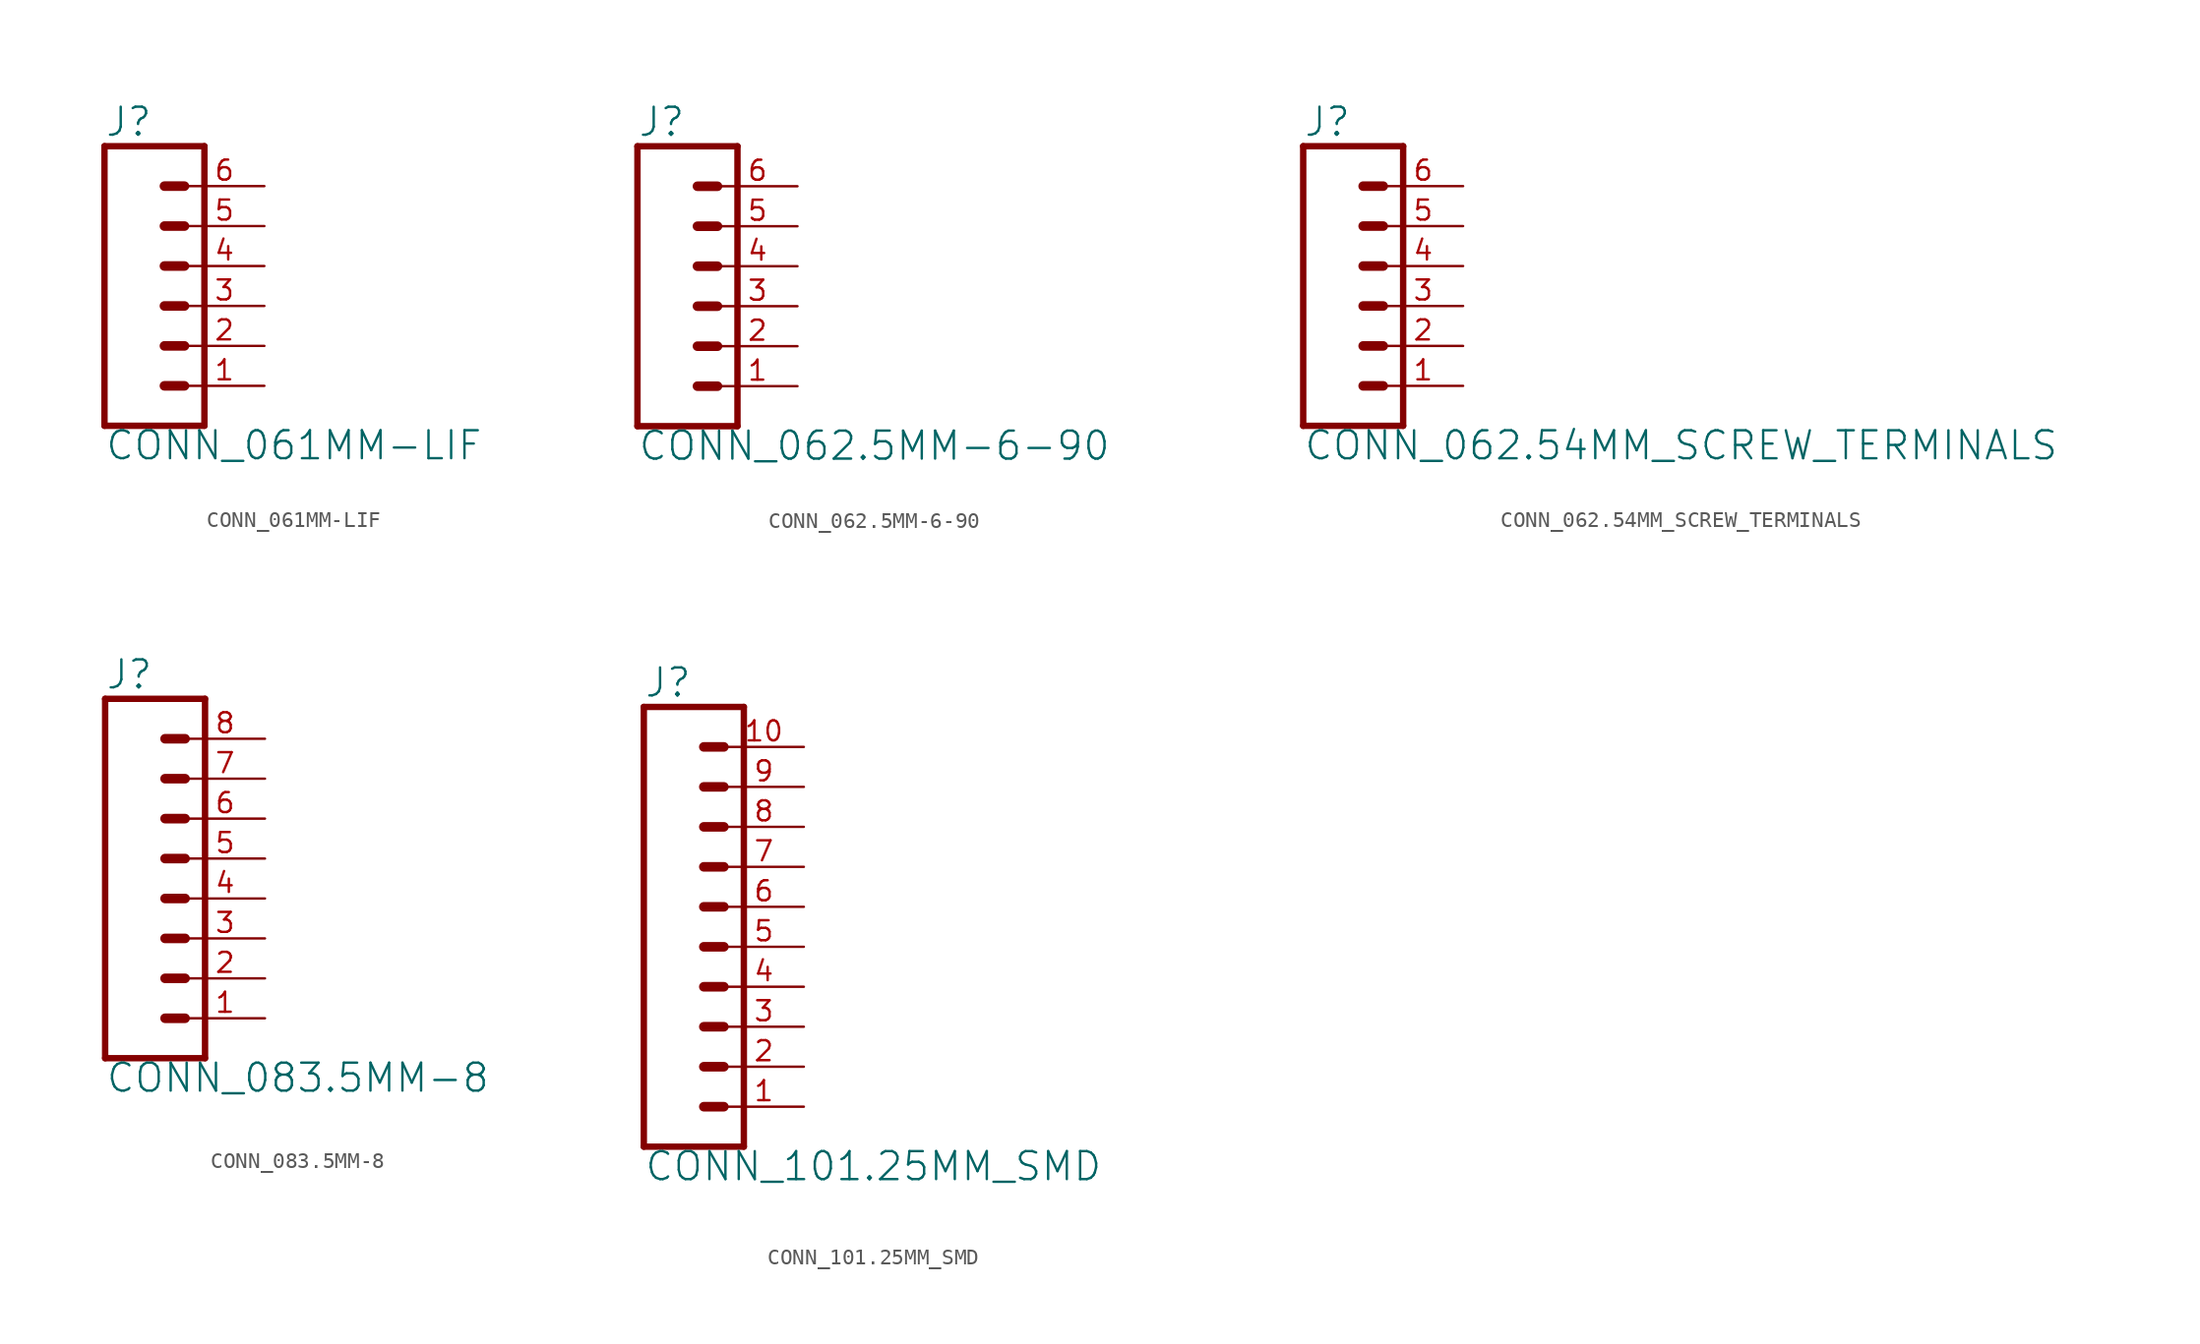
<source format=kicad_sym>
(kicad_symbol_lib
  (version 20211014)
  (generator kicad_symbol_editor)
  (symbol "CONN_061MM-LIF"
    (property "Reference" "J"
      (at -5.08 10.668 0)
      (effects (font (size 1.778 1.778)) (justify left bottom)))
    (property "Value" "CONN_061MM-LIF"
      (at -5.08 -9.906 0)
      (effects (font (size 1.778 1.778)) (justify left bottom)))
    (property "ki_locked" ""
      (at 0 0 0)
      (effects (font (size 1.27 1.27))))
    (symbol "CONN_061MM-LIF_1_0"
      (polyline (pts (xy -5.08 10.16) (xy -5.08 -7.62)) (stroke (width 0.406) (type default) (color 0 0 0 0)) (fill (type none)))
      (polyline (pts (xy -5.08 10.16) (xy 1.27 10.16)) (stroke (width 0.406) (type default) (color 0 0 0 0)) (fill (type none)))
      (polyline (pts (xy -1.27 -5.08) (xy 0 -5.08)) (stroke (width 0.61) (type default) (color 0 0 0 0)) (fill (type none)))
      (polyline (pts (xy -1.27 -2.54) (xy 0 -2.54)) (stroke (width 0.61) (type default) (color 0 0 0 0)) (fill (type none)))
      (polyline (pts (xy -1.27 0) (xy 0 0)) (stroke (width 0.61) (type default) (color 0 0 0 0)) (fill (type none)))
      (polyline (pts (xy -1.27 2.54) (xy 0 2.54)) (stroke (width 0.61) (type default) (color 0 0 0 0)) (fill (type none)))
      (polyline (pts (xy -1.27 5.08) (xy 0 5.08)) (stroke (width 0.61) (type default) (color 0 0 0 0)) (fill (type none)))
      (polyline (pts (xy -1.27 7.62) (xy 0 7.62)) (stroke (width 0.61) (type default) (color 0 0 0 0)) (fill (type none)))
      (polyline (pts (xy 1.27 -7.62) (xy -5.08 -7.62)) (stroke (width 0.406) (type default) (color 0 0 0 0)) (fill (type none)))
      (polyline (pts (xy 1.27 -7.62) (xy 1.27 10.16)) (stroke (width 0.406) (type default) (color 0 0 0 0)) (fill (type none)))
      (pin passive line (at 5.08 -5.08 180) (length 5.08) (name "1" (effects (font (size 0 0)))) (number "1" (effects (font (size 1.27 1.27)))))
      (pin passive line (at 5.08 -2.54 180) (length 5.08) (name "2" (effects (font (size 0 0)))) (number "2" (effects (font (size 1.27 1.27)))))
      (pin passive line (at 5.08 0 180) (length 5.08) (name "3" (effects (font (size 0 0)))) (number "3" (effects (font (size 1.27 1.27)))))
      (pin passive line (at 5.08 2.54 180) (length 5.08) (name "4" (effects (font (size 0 0)))) (number "4" (effects (font (size 1.27 1.27)))))
      (pin passive line (at 5.08 5.08 180) (length 5.08) (name "5" (effects (font (size 0 0)))) (number "5" (effects (font (size 1.27 1.27)))))
      (pin passive line (at 5.08 7.62 180) (length 5.08) (name "6" (effects (font (size 0 0)))) (number "6" (effects (font (size 1.27 1.27)))))))
  (symbol "CONN_062.5MM-6-90"
    (property "Reference" "J"
      (at -5.08 10.668 0)
      (effects (font (size 1.778 1.778)) (justify left bottom)))
    (property "Value" "CONN_062.5MM-6-90"
      (at -5.08 -9.906 0)
      (effects (font (size 1.778 1.778)) (justify left bottom)))
    (property "ki_locked" ""
      (at 0 0 0)
      (effects (font (size 1.27 1.27))))
    (symbol "CONN_062.5MM-6-90_1_0"
      (polyline (pts (xy -5.08 10.16) (xy -5.08 -7.62)) (stroke (width 0.406) (type default) (color 0 0 0 0)) (fill (type none)))
      (polyline (pts (xy -5.08 10.16) (xy 1.27 10.16)) (stroke (width 0.406) (type default) (color 0 0 0 0)) (fill (type none)))
      (polyline (pts (xy -1.27 -5.08) (xy 0 -5.08)) (stroke (width 0.61) (type default) (color 0 0 0 0)) (fill (type none)))
      (polyline (pts (xy -1.27 -2.54) (xy 0 -2.54)) (stroke (width 0.61) (type default) (color 0 0 0 0)) (fill (type none)))
      (polyline (pts (xy -1.27 0) (xy 0 0)) (stroke (width 0.61) (type default) (color 0 0 0 0)) (fill (type none)))
      (polyline (pts (xy -1.27 2.54) (xy 0 2.54)) (stroke (width 0.61) (type default) (color 0 0 0 0)) (fill (type none)))
      (polyline (pts (xy -1.27 5.08) (xy 0 5.08)) (stroke (width 0.61) (type default) (color 0 0 0 0)) (fill (type none)))
      (polyline (pts (xy -1.27 7.62) (xy 0 7.62)) (stroke (width 0.61) (type default) (color 0 0 0 0)) (fill (type none)))
      (polyline (pts (xy 1.27 -7.62) (xy -5.08 -7.62)) (stroke (width 0.406) (type default) (color 0 0 0 0)) (fill (type none)))
      (polyline (pts (xy 1.27 -7.62) (xy 1.27 10.16)) (stroke (width 0.406) (type default) (color 0 0 0 0)) (fill (type none)))
      (pin passive line (at 5.08 -5.08 180) (length 5.08) (name "1" (effects (font (size 0 0)))) (number "1" (effects (font (size 1.27 1.27)))))
      (pin passive line (at 5.08 -2.54 180) (length 5.08) (name "2" (effects (font (size 0 0)))) (number "2" (effects (font (size 1.27 1.27)))))
      (pin passive line (at 5.08 0 180) (length 5.08) (name "3" (effects (font (size 0 0)))) (number "3" (effects (font (size 1.27 1.27)))))
      (pin passive line (at 5.08 2.54 180) (length 5.08) (name "4" (effects (font (size 0 0)))) (number "4" (effects (font (size 1.27 1.27)))))
      (pin passive line (at 5.08 5.08 180) (length 5.08) (name "5" (effects (font (size 0 0)))) (number "5" (effects (font (size 1.27 1.27)))))
      (pin passive line (at 5.08 7.62 180) (length 5.08) (name "6" (effects (font (size 0 0)))) (number "6" (effects (font (size 1.27 1.27)))))))
  (symbol "CONN_062.54MM_SCREW_TERMINALS"
    (property "Reference" "J"
      (at -5.08 10.668 0)
      (effects (font (size 1.778 1.778)) (justify left bottom)))
    (property "Value" "CONN_062.54MM_SCREW_TERMINALS"
      (at -5.08 -9.906 0)
      (effects (font (size 1.778 1.778)) (justify left bottom)))
    (property "ki_locked" ""
      (at 0 0 0)
      (effects (font (size 1.27 1.27))))
    (symbol "CONN_062.54MM_SCREW_TERMINALS_1_0"
      (polyline (pts (xy -5.08 10.16) (xy -5.08 -7.62)) (stroke (width 0.406) (type default) (color 0 0 0 0)) (fill (type none)))
      (polyline (pts (xy -5.08 10.16) (xy 1.27 10.16)) (stroke (width 0.406) (type default) (color 0 0 0 0)) (fill (type none)))
      (polyline (pts (xy -1.27 -5.08) (xy 0 -5.08)) (stroke (width 0.61) (type default) (color 0 0 0 0)) (fill (type none)))
      (polyline (pts (xy -1.27 -2.54) (xy 0 -2.54)) (stroke (width 0.61) (type default) (color 0 0 0 0)) (fill (type none)))
      (polyline (pts (xy -1.27 0) (xy 0 0)) (stroke (width 0.61) (type default) (color 0 0 0 0)) (fill (type none)))
      (polyline (pts (xy -1.27 2.54) (xy 0 2.54)) (stroke (width 0.61) (type default) (color 0 0 0 0)) (fill (type none)))
      (polyline (pts (xy -1.27 5.08) (xy 0 5.08)) (stroke (width 0.61) (type default) (color 0 0 0 0)) (fill (type none)))
      (polyline (pts (xy -1.27 7.62) (xy 0 7.62)) (stroke (width 0.61) (type default) (color 0 0 0 0)) (fill (type none)))
      (polyline (pts (xy 1.27 -7.62) (xy -5.08 -7.62)) (stroke (width 0.406) (type default) (color 0 0 0 0)) (fill (type none)))
      (polyline (pts (xy 1.27 -7.62) (xy 1.27 10.16)) (stroke (width 0.406) (type default) (color 0 0 0 0)) (fill (type none)))
      (pin passive line (at 5.08 -5.08 180) (length 5.08) (name "1" (effects (font (size 0 0)))) (number "1" (effects (font (size 1.27 1.27)))))
      (pin passive line (at 5.08 -2.54 180) (length 5.08) (name "2" (effects (font (size 0 0)))) (number "2" (effects (font (size 1.27 1.27)))))
      (pin passive line (at 5.08 0 180) (length 5.08) (name "3" (effects (font (size 0 0)))) (number "3" (effects (font (size 1.27 1.27)))))
      (pin passive line (at 5.08 2.54 180) (length 5.08) (name "4" (effects (font (size 0 0)))) (number "4" (effects (font (size 1.27 1.27)))))
      (pin passive line (at 5.08 5.08 180) (length 5.08) (name "5" (effects (font (size 0 0)))) (number "5" (effects (font (size 1.27 1.27)))))
      (pin passive line (at 5.08 7.62 180) (length 5.08) (name "6" (effects (font (size 0 0)))) (number "6" (effects (font (size 1.27 1.27)))))))
  (symbol "CONN_083.5MM-8"
    (property "Reference" "J"
      (at -5.08 13.208 0)
      (effects (font (size 1.778 1.778)) (justify left bottom)))
    (property "Value" "CONN_083.5MM-8"
      (at -5.08 -12.446 0)
      (effects (font (size 1.778 1.778)) (justify left bottom)))
    (property "ki_locked" ""
      (at 0 0 0)
      (effects (font (size 1.27 1.27))))
    (symbol "CONN_083.5MM-8_1_0"
      (polyline (pts (xy -5.08 12.7) (xy -5.08 -10.16)) (stroke (width 0.406) (type default) (color 0 0 0 0)) (fill (type none)))
      (polyline (pts (xy -5.08 12.7) (xy 1.27 12.7)) (stroke (width 0.406) (type default) (color 0 0 0 0)) (fill (type none)))
      (polyline (pts (xy -1.27 -7.62) (xy 0 -7.62)) (stroke (width 0.61) (type default) (color 0 0 0 0)) (fill (type none)))
      (polyline (pts (xy -1.27 -5.08) (xy 0 -5.08)) (stroke (width 0.61) (type default) (color 0 0 0 0)) (fill (type none)))
      (polyline (pts (xy -1.27 -2.54) (xy 0 -2.54)) (stroke (width 0.61) (type default) (color 0 0 0 0)) (fill (type none)))
      (polyline (pts (xy -1.27 0) (xy 0 0)) (stroke (width 0.61) (type default) (color 0 0 0 0)) (fill (type none)))
      (polyline (pts (xy -1.27 2.54) (xy 0 2.54)) (stroke (width 0.61) (type default) (color 0 0 0 0)) (fill (type none)))
      (polyline (pts (xy -1.27 5.08) (xy 0 5.08)) (stroke (width 0.61) (type default) (color 0 0 0 0)) (fill (type none)))
      (polyline (pts (xy -1.27 7.62) (xy 0 7.62)) (stroke (width 0.61) (type default) (color 0 0 0 0)) (fill (type none)))
      (polyline (pts (xy -1.27 10.16) (xy 0 10.16)) (stroke (width 0.61) (type default) (color 0 0 0 0)) (fill (type none)))
      (polyline (pts (xy 1.27 -10.16) (xy -5.08 -10.16)) (stroke (width 0.406) (type default) (color 0 0 0 0)) (fill (type none)))
      (polyline (pts (xy 1.27 -10.16) (xy 1.27 12.7)) (stroke (width 0.406) (type default) (color 0 0 0 0)) (fill (type none)))
      (pin passive line (at 5.08 -7.62 180) (length 5.08) (name "1" (effects (font (size 0 0)))) (number "1" (effects (font (size 1.27 1.27)))))
      (pin passive line (at 5.08 -5.08 180) (length 5.08) (name "2" (effects (font (size 0 0)))) (number "2" (effects (font (size 1.27 1.27)))))
      (pin passive line (at 5.08 -2.54 180) (length 5.08) (name "3" (effects (font (size 0 0)))) (number "3" (effects (font (size 1.27 1.27)))))
      (pin passive line (at 5.08 0 180) (length 5.08) (name "4" (effects (font (size 0 0)))) (number "4" (effects (font (size 1.27 1.27)))))
      (pin passive line (at 5.08 2.54 180) (length 5.08) (name "5" (effects (font (size 0 0)))) (number "5" (effects (font (size 1.27 1.27)))))
      (pin passive line (at 5.08 5.08 180) (length 5.08) (name "6" (effects (font (size 0 0)))) (number "6" (effects (font (size 1.27 1.27)))))
      (pin passive line (at 5.08 7.62 180) (length 5.08) (name "7" (effects (font (size 0 0)))) (number "7" (effects (font (size 1.27 1.27)))))
      (pin passive line (at 5.08 10.16 180) (length 5.08) (name "8" (effects (font (size 0 0)))) (number "8" (effects (font (size 1.27 1.27)))))))
  (symbol "CONN_101.25MM_SMD"
    (property "Reference" "J"
      (at 0 8.128 0)
      (effects (font (size 1.778 1.778)) (justify left bottom)))
    (property "Value" "CONN_101.25MM_SMD"
      (at 0 -22.606 0)
      (effects (font (size 1.778 1.778)) (justify left bottom)))
    (property "ki_locked" ""
      (at 0 0 0)
      (effects (font (size 1.27 1.27))))
    (symbol "CONN_101.25MM_SMD_1_0"
      (polyline (pts (xy 0 7.62) (xy 0 -20.32)) (stroke (width 0.406) (type default) (color 0 0 0 0)) (fill (type none)))
      (polyline (pts (xy 0 7.62) (xy 6.35 7.62)) (stroke (width 0.406) (type default) (color 0 0 0 0)) (fill (type none)))
      (polyline (pts (xy 3.81 -17.78) (xy 5.08 -17.78)) (stroke (width 0.61) (type default) (color 0 0 0 0)) (fill (type none)))
      (polyline (pts (xy 3.81 -15.24) (xy 5.08 -15.24)) (stroke (width 0.61) (type default) (color 0 0 0 0)) (fill (type none)))
      (polyline (pts (xy 3.81 -12.7) (xy 5.08 -12.7)) (stroke (width 0.61) (type default) (color 0 0 0 0)) (fill (type none)))
      (polyline (pts (xy 3.81 -10.16) (xy 5.08 -10.16)) (stroke (width 0.61) (type default) (color 0 0 0 0)) (fill (type none)))
      (polyline (pts (xy 3.81 -7.62) (xy 5.08 -7.62)) (stroke (width 0.61) (type default) (color 0 0 0 0)) (fill (type none)))
      (polyline (pts (xy 3.81 -5.08) (xy 5.08 -5.08)) (stroke (width 0.61) (type default) (color 0 0 0 0)) (fill (type none)))
      (polyline (pts (xy 3.81 -2.54) (xy 5.08 -2.54)) (stroke (width 0.61) (type default) (color 0 0 0 0)) (fill (type none)))
      (polyline (pts (xy 3.81 0) (xy 5.08 0)) (stroke (width 0.61) (type default) (color 0 0 0 0)) (fill (type none)))
      (polyline (pts (xy 3.81 2.54) (xy 5.08 2.54)) (stroke (width 0.61) (type default) (color 0 0 0 0)) (fill (type none)))
      (polyline (pts (xy 3.81 5.08) (xy 5.08 5.08)) (stroke (width 0.61) (type default) (color 0 0 0 0)) (fill (type none)))
      (polyline (pts (xy 6.35 -20.32) (xy 0 -20.32)) (stroke (width 0.406) (type default) (color 0 0 0 0)) (fill (type none)))
      (polyline (pts (xy 6.35 -20.32) (xy 6.35 7.62)) (stroke (width 0.406) (type default) (color 0 0 0 0)) (fill (type none)))
      (pin passive line (at 10.16 -17.78 180) (length 5.08) (name "1" (effects (font (size 0 0)))) (number "1" (effects (font (size 1.27 1.27)))))
      (pin passive line (at 10.16 5.08 180) (length 5.08) (name "10" (effects (font (size 0 0)))) (number "10" (effects (font (size 1.27 1.27)))))
      (pin passive line (at 10.16 -15.24 180) (length 5.08) (name "2" (effects (font (size 0 0)))) (number "2" (effects (font (size 1.27 1.27)))))
      (pin passive line (at 10.16 -12.7 180) (length 5.08) (name "3" (effects (font (size 0 0)))) (number "3" (effects (font (size 1.27 1.27)))))
      (pin passive line (at 10.16 -10.16 180) (length 5.08) (name "4" (effects (font (size 0 0)))) (number "4" (effects (font (size 1.27 1.27)))))
      (pin passive line (at 10.16 -7.62 180) (length 5.08) (name "5" (effects (font (size 0 0)))) (number "5" (effects (font (size 1.27 1.27)))))
      (pin passive line (at 10.16 -5.08 180) (length 5.08) (name "6" (effects (font (size 0 0)))) (number "6" (effects (font (size 1.27 1.27)))))
      (pin passive line (at 10.16 -2.54 180) (length 5.08) (name "7" (effects (font (size 0 0)))) (number "7" (effects (font (size 1.27 1.27)))))
      (pin passive line (at 10.16 0 180) (length 5.08) (name "8" (effects (font (size 0 0)))) (number "8" (effects (font (size 1.27 1.27)))))
      (pin passive line (at 10.16 2.54 180) (length 5.08) (name "9" (effects (font (size 0 0)))) (number "9" (effects (font (size 1.27 1.27))))))))
</source>
